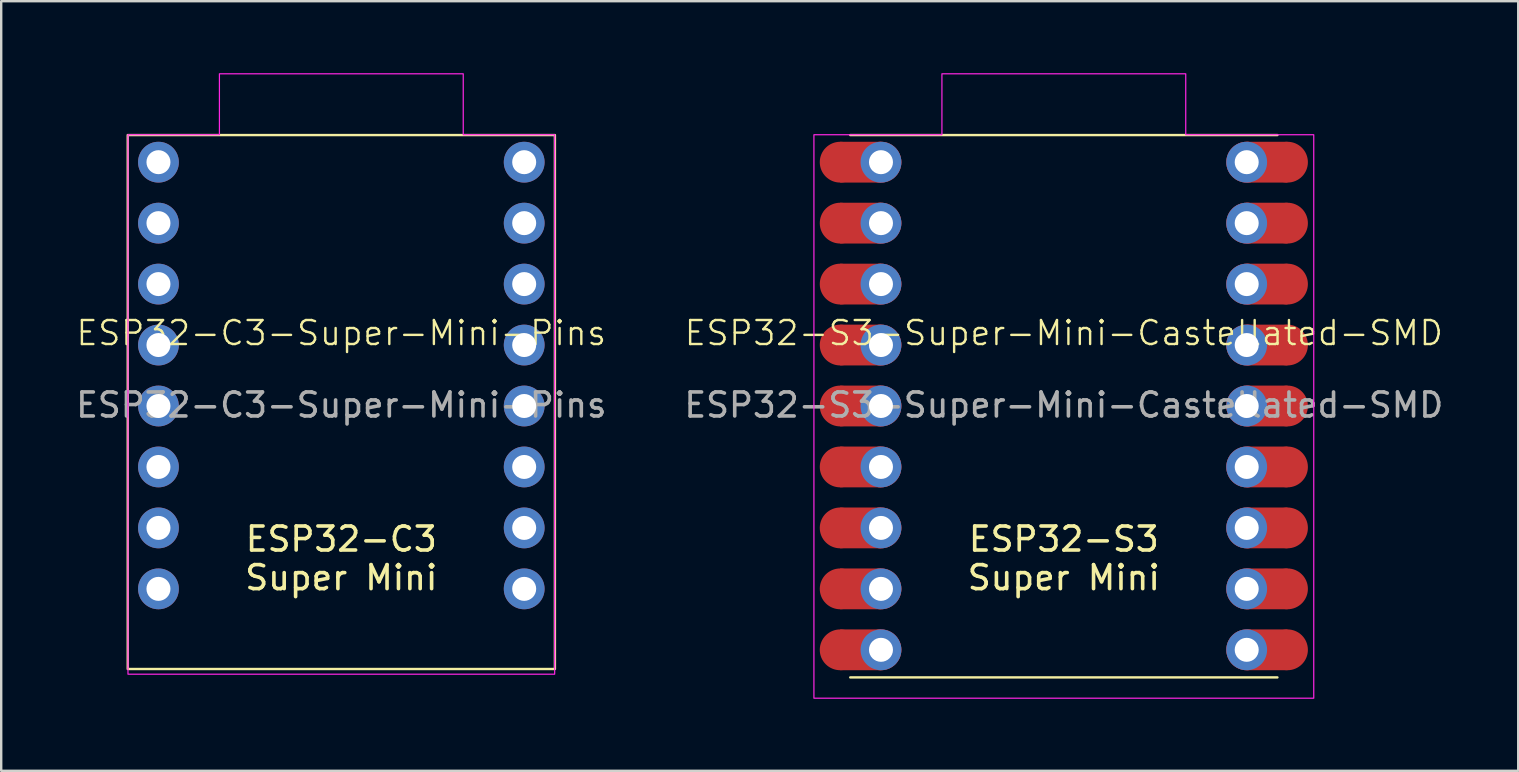
<source format=kicad_pcb>
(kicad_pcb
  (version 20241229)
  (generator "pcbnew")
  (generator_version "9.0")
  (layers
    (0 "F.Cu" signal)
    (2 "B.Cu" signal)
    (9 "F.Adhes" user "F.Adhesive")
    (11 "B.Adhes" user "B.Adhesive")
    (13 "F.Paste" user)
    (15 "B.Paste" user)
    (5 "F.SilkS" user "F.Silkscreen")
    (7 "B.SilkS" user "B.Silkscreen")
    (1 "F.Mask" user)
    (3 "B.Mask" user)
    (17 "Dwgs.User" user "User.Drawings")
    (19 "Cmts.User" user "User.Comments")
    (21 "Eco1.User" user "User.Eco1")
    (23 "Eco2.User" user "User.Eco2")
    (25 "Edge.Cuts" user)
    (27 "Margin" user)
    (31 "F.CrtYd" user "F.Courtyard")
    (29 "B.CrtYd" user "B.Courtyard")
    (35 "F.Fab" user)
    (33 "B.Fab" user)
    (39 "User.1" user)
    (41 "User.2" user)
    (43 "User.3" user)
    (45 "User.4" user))
  (footprint "ESP32-C3-Super-Mini-Pins"
    (layer "F.Cu")
    (at 11.173 11.328)
    (property "Reference" "ESP32-C3-Super-Mini-Pins" (at 0 -0.5 0) (unlocked yes) (layer "F.SilkS") (effects (font (size 1 1) (thickness 0.1))))
    (attr through_hole)
    (fp_rect (start -8.9 -8.75) (end 8.9 13.5) (stroke (width 0.1) (type default)) (fill no) (layer "F.SilkS"))
    (fp_poly (pts (xy -8.89 -8.763) (xy -5.08 -8.763) (xy -5.08 -11.303) (xy 5.08 -11.303) (xy 5.08 -8.763) (xy 8.89 -8.763) (xy 8.89 13.716) (xy -8.89 13.716)) (stroke (width 0.05) (type solid)) (fill no) (layer "F.CrtYd"))
    (fp_text user "${REFERENCE}" (at 0 2.5 0) (unlocked yes) (layer "F.Fab") (effects (font (size 1 1) (thickness 0.15))))
    (fp_text_box "ESP32-C3\nSuper Mini" (start -4.875 6.75) (end 4.875 9.75) (margins 0.75 0.75 0.75 0.75) (layer "F.SilkS") (effects (font (size 1 1) (thickness 0.15)) (justify top)) (border no) (stroke (width 0) (type solid)))
    (pad "0" thru_hole circle (at 7.62 10.16) (size 1.7 1.7) (drill 1) (layers "*.Cu" "*.Mask"))
    (pad "1" thru_hole circle (at 7.62 7.62) (size 1.7 1.7) (drill 1) (layers "*.Cu" "*.Mask"))
    (pad "2" thru_hole circle (at 7.62 5.08) (size 1.7 1.7) (drill 1) (layers "*.Cu" "*.Mask"))
    (pad "3" thru_hole circle (at 7.62 2.54) (size 1.7 1.7) (drill 1) (layers "*.Cu" "*.Mask"))
    (pad "3V3" thru_hole circle (at 7.62 -2.54) (size 1.7 1.7) (drill 1) (layers "*.Cu" "*.Mask"))
    (pad "4" thru_hole circle (at 7.62 0) (size 1.7 1.7) (drill 1) (layers "*.Cu" "*.Mask"))
    (pad "5" thru_hole circle (at -7.62 -7.62) (size 1.7 1.7) (drill 1) (layers "*.Cu" "*.Mask"))
    (pad "5V" thru_hole circle (at 7.62 -7.62) (size 1.7 1.7) (drill 1) (layers "*.Cu" "*.Mask"))
    (pad "6" thru_hole circle (at -7.62 -5.08) (size 1.7 1.7) (drill 1) (layers "*.Cu" "*.Mask"))
    (pad "7" thru_hole circle (at -7.62 -2.54) (size 1.7 1.7) (drill 1) (layers "*.Cu" "*.Mask"))
    (pad "8" thru_hole circle (at -7.62 0) (size 1.7 1.7) (drill 1) (layers "*.Cu" "*.Mask"))
    (pad "9" thru_hole circle (at -7.62 2.54) (size 1.7 1.7) (drill 1) (layers "*.Cu" "*.Mask"))
    (pad "10" thru_hole circle (at -7.62 5.08) (size 1.7 1.7) (drill 1) (layers "*.Cu" "*.Mask"))
    (pad "20" thru_hole circle (at -7.62 7.62) (size 1.7 1.7) (drill 1) (layers "*.Cu" "*.Mask"))
    (pad "21" thru_hole circle (at -7.62 10.16) (size 1.7 1.7) (drill 1) (layers "*.Cu" "*.Mask"))
    (pad "G" thru_hole circle (at 7.62 -5.08) (size 1.7 1.7) (drill 1) (layers "*.Cu" "*.Mask")))
  (footprint "ESP32-S3-Super-Mini-Castellated-SMD"
    (layer "F.Cu")
    (at 41.28 11.328)
    (property "Reference" "ESP32-S3-Super-Mini-Castellated-SMD" (at 0 -0.5 0) (unlocked yes) (layer "F.SilkS") (effects (font (size 1 1) (thickness 0.1))))
    (attr smd)
    (fp_rect (start -9.32 -8.47) (end -7.62 -6.77) (stroke (width 0) (type default)) (fill yes) (layer "F.Cu"))
    (fp_rect (start -9.32 -5.93) (end -7.62 -4.23) (stroke (width 0) (type default)) (fill yes) (layer "F.Cu"))
    (fp_rect (start -9.32 -3.39) (end -7.62 -1.69) (stroke (width 0) (type default)) (fill yes) (layer "F.Cu"))
    (fp_rect (start -9.32 -0.85) (end -7.62 0.85) (stroke (width 0) (type default)) (fill yes) (layer "F.Cu"))
    (fp_rect (start -9.32 1.69) (end -7.62 3.39) (stroke (width 0) (type default)) (fill yes) (layer "F.Cu"))
    (fp_rect (start -9.32 4.23) (end -7.62 5.93) (stroke (width 0) (type default)) (fill yes) (layer "F.Cu"))
    (fp_rect (start -9.32 6.77) (end -7.62 8.47) (stroke (width 0) (type default)) (fill yes) (layer "F.Cu"))
    (fp_rect (start -9.32 9.31) (end -7.62 11.01) (stroke (width 0) (type default)) (fill yes) (layer "F.Cu"))
    (fp_rect (start -9.32 11.85) (end -7.62 13.55) (stroke (width 0) (type default)) (fill yes) (layer "F.Cu"))
    (fp_rect (start 7.62 -8.47) (end 9.32 -6.77) (stroke (width 0) (type default)) (fill yes) (layer "F.Cu"))
    (fp_rect (start 7.62 -5.93) (end 9.32 -4.23) (stroke (width 0) (type default)) (fill yes) (layer "F.Cu"))
    (fp_rect (start 7.62 -3.39) (end 9.32 -1.69) (stroke (width 0) (type default)) (fill yes) (layer "F.Cu"))
    (fp_rect (start 7.62 -0.85) (end 9.32 0.85) (stroke (width 0) (type default)) (fill yes) (layer "F.Cu"))
    (fp_rect (start 7.62 1.69) (end 9.32 3.39) (stroke (width 0) (type default)) (fill yes) (layer "F.Cu"))
    (fp_rect (start 7.62 4.23) (end 9.32 5.93) (stroke (width 0) (type default)) (fill yes) (layer "F.Cu"))
    (fp_rect (start 7.62 6.77) (end 9.32 8.47) (stroke (width 0) (type default)) (fill yes) (layer "F.Cu"))
    (fp_rect (start 7.62 9.31) (end 9.32 11.01) (stroke (width 0) (type default)) (fill yes) (layer "F.Cu"))
    (fp_rect (start 7.62 11.85) (end 9.32 13.55) (stroke (width 0) (type default)) (fill yes) (layer "F.Cu"))
    (fp_circle (center -9.32 -7.62) (end -8.47 -7.62) (stroke (width 0) (type default)) (fill yes) (layer "F.Cu"))
    (fp_circle (center -9.32 -5.08) (end -8.47 -5.08) (stroke (width 0) (type default)) (fill yes) (layer "F.Cu"))
    (fp_circle (center -9.32 -2.54) (end -8.47 -2.54) (stroke (width 0) (type default)) (fill yes) (layer "F.Cu"))
    (fp_circle (center -9.32 0) (end -8.47 0) (stroke (width 0) (type default)) (fill yes) (layer "F.Cu"))
    (fp_circle (center -9.32 2.54) (end -8.47 2.54) (stroke (width 0) (type default)) (fill yes) (layer "F.Cu"))
    (fp_circle (center -9.32 5.08) (end -8.47 5.08) (stroke (width 0) (type default)) (fill yes) (layer "F.Cu"))
    (fp_circle (center -9.32 7.62) (end -8.47 7.62) (stroke (width 0) (type default)) (fill yes) (layer "F.Cu"))
    (fp_circle (center -9.32 10.16) (end -8.47 10.16) (stroke (width 0) (type default)) (fill yes) (layer "F.Cu"))
    (fp_circle (center -9.32 12.7) (end -8.47 12.7) (stroke (width 0) (type default)) (fill yes) (layer "F.Cu"))
    (fp_circle (center -7.62 -7.62) (end -6.77 -7.62) (stroke (width 0) (type default)) (fill yes) (layer "F.Cu"))
    (fp_circle (center -7.62 -5.08) (end -6.77 -5.08) (stroke (width 0) (type default)) (fill yes) (layer "F.Cu"))
    (fp_circle (center -7.62 -2.54) (end -6.77 -2.54) (stroke (width 0) (type default)) (fill yes) (layer "F.Cu"))
    (fp_circle (center -7.62 0) (end -6.77 0) (stroke (width 0) (type default)) (fill yes) (layer "F.Cu"))
    (fp_circle (center -7.62 2.54) (end -6.77 2.54) (stroke (width 0) (type default)) (fill yes) (layer "F.Cu"))
    (fp_circle (center -7.62 5.08) (end -6.77 5.08) (stroke (width 0) (type default)) (fill yes) (layer "F.Cu"))
    (fp_circle (center -7.62 7.62) (end -6.77 7.62) (stroke (width 0) (type default)) (fill yes) (layer "F.Cu"))
    (fp_circle (center -7.62 10.16) (end -6.77 10.16) (stroke (width 0) (type default)) (fill yes) (layer "F.Cu"))
    (fp_circle (center -7.62 12.7) (end -6.77 12.7) (stroke (width 0) (type default)) (fill yes) (layer "F.Cu"))
    (fp_circle (center 7.62 -7.62) (end 8.47 -7.62) (stroke (width 0) (type default)) (fill yes) (layer "F.Cu"))
    (fp_circle (center 7.62 -5.08) (end 8.47 -5.08) (stroke (width 0) (type default)) (fill yes) (layer "F.Cu"))
    (fp_circle (center 7.62 -2.54) (end 8.47 -2.54) (stroke (width 0) (type default)) (fill yes) (layer "F.Cu"))
    (fp_circle (center 7.62 0) (end 8.47 0) (stroke (width 0) (type default)) (fill yes) (layer "F.Cu"))
    (fp_circle (center 7.62 2.54) (end 8.47 2.54) (stroke (width 0) (type default)) (fill yes) (layer "F.Cu"))
    (fp_circle (center 7.62 5.08) (end 8.47 5.08) (stroke (width 0) (type default)) (fill yes) (layer "F.Cu"))
    (fp_circle (center 7.62 7.62) (end 8.47 7.62) (stroke (width 0) (type default)) (fill yes) (layer "F.Cu"))
    (fp_circle (center 7.62 10.16) (end 8.47 10.16) (stroke (width 0) (type default)) (fill yes) (layer "F.Cu"))
    (fp_circle (center 7.62 12.7) (end 8.47 12.7) (stroke (width 0) (type default)) (fill yes) (layer "F.Cu"))
    (fp_circle (center 9.32 -7.62) (end 10.17 -7.62) (stroke (width 0) (type default)) (fill yes) (layer "F.Cu"))
    (fp_circle (center 9.32 -5.08) (end 10.17 -5.08) (stroke (width 0) (type default)) (fill yes) (layer "F.Cu"))
    (fp_circle (center 9.32 -2.54) (end 10.17 -2.54) (stroke (width 0) (type default)) (fill yes) (layer "F.Cu"))
    (fp_circle (center 9.32 0) (end 10.17 0) (stroke (width 0) (type default)) (fill yes) (layer "F.Cu"))
    (fp_circle (center 9.32 2.54) (end 10.17 2.54) (stroke (width 0) (type default)) (fill yes) (layer "F.Cu"))
    (fp_circle (center 9.32 5.08) (end 10.17 5.08) (stroke (width 0) (type default)) (fill yes) (layer "F.Cu"))
    (fp_circle (center 9.32 7.62) (end 10.17 7.62) (stroke (width 0) (type default)) (fill yes) (layer "F.Cu"))
    (fp_circle (center 9.32 10.16) (end 10.17 10.16) (stroke (width 0) (type default)) (fill yes) (layer "F.Cu"))
    (fp_circle (center 9.32 12.7) (end 10.17 12.7) (stroke (width 0) (type default)) (fill yes) (layer "F.Cu"))
    (fp_rect (start -9.32 -8.47) (end -7.62 -6.77) (stroke (width 0) (type default)) (fill yes) (layer "F.Mask"))
    (fp_rect (start -9.32 -5.93) (end -7.62 -4.23) (stroke (width 0) (type default)) (fill yes) (layer "F.Mask"))
    (fp_rect (start -9.32 -3.39) (end -7.62 -1.69) (stroke (width 0) (type default)) (fill yes) (layer "F.Mask"))
    (fp_rect (start -9.32 -0.85) (end -7.62 0.85) (stroke (width 0) (type default)) (fill yes) (layer "F.Mask"))
    (fp_rect (start -9.32 1.69) (end -7.62 3.39) (stroke (width 0) (type default)) (fill yes) (layer "F.Mask"))
    (fp_rect (start -9.32 4.23) (end -7.62 5.93) (stroke (width 0) (type default)) (fill yes) (layer "F.Mask"))
    (fp_rect (start -9.32 6.77) (end -7.62 8.47) (stroke (width 0) (type default)) (fill yes) (layer "F.Mask"))
    (fp_rect (start -9.32 9.31) (end -7.62 11.01) (stroke (width 0) (type default)) (fill yes) (layer "F.Mask"))
    (fp_rect (start -9.32 11.85) (end -7.62 13.55) (stroke (width 0) (type default)) (fill yes) (layer "F.Mask"))
    (fp_rect (start 7.62 -8.47) (end 9.32 -6.77) (stroke (width 0) (type default)) (fill yes) (layer "F.Mask"))
    (fp_rect (start 7.62 -5.93) (end 9.32 -4.23) (stroke (width 0) (type default)) (fill yes) (layer "F.Mask"))
    (fp_rect (start 7.62 -3.39) (end 9.32 -1.69) (stroke (width 0) (type default)) (fill yes) (layer "F.Mask"))
    (fp_rect (start 7.62 -0.85) (end 9.32 0.85) (stroke (width 0) (type default)) (fill yes) (layer "F.Mask"))
    (fp_rect (start 7.62 1.69) (end 9.32 3.39) (stroke (width 0) (type default)) (fill yes) (layer "F.Mask"))
    (fp_rect (start 7.62 4.23) (end 9.32 5.93) (stroke (width 0) (type default)) (fill yes) (layer "F.Mask"))
    (fp_rect (start 7.62 6.77) (end 9.32 8.47) (stroke (width 0) (type default)) (fill yes) (layer "F.Mask"))
    (fp_rect (start 7.62 9.31) (end 9.32 11.01) (stroke (width 0) (type default)) (fill yes) (layer "F.Mask"))
    (fp_rect (start 7.62 11.85) (end 9.32 13.55) (stroke (width 0) (type default)) (fill yes) (layer "F.Mask"))
    (fp_circle (center -9.32 -7.62) (end -8.47 -7.62) (stroke (width 0) (type default)) (fill yes) (layer "F.Mask"))
    (fp_circle (center -9.32 -5.08) (end -8.47 -5.08) (stroke (width 0) (type default)) (fill yes) (layer "F.Mask"))
    (fp_circle (center -9.32 -2.54) (end -8.47 -2.54) (stroke (width 0) (type default)) (fill yes) (layer "F.Mask"))
    (fp_circle (center -9.32 0) (end -8.47 0) (stroke (width 0) (type default)) (fill yes) (layer "F.Mask"))
    (fp_circle (center -9.32 2.54) (end -8.47 2.54) (stroke (width 0) (type default)) (fill yes) (layer "F.Mask"))
    (fp_circle (center -9.32 5.08) (end -8.47 5.08) (stroke (width 0) (type default)) (fill yes) (layer "F.Mask"))
    (fp_circle (center -9.32 7.62) (end -8.47 7.62) (stroke (width 0) (type default)) (fill yes) (layer "F.Mask"))
    (fp_circle (center -9.32 10.16) (end -8.47 10.16) (stroke (width 0) (type default)) (fill yes) (layer "F.Mask"))
    (fp_circle (center -9.32 12.7) (end -8.47 12.7) (stroke (width 0) (type default)) (fill yes) (layer "F.Mask"))
    (fp_circle (center -7.62 -7.62) (end -6.77 -7.62) (stroke (width 0) (type default)) (fill yes) (layer "F.Mask"))
    (fp_circle (center -7.62 -5.08) (end -6.77 -5.08) (stroke (width 0) (type default)) (fill yes) (layer "F.Mask"))
    (fp_circle (center -7.62 -2.54) (end -6.77 -2.54) (stroke (width 0) (type default)) (fill yes) (layer "F.Mask"))
    (fp_circle (center -7.62 0) (end -6.77 0) (stroke (width 0) (type default)) (fill yes) (layer "F.Mask"))
    (fp_circle (center -7.62 2.54) (end -6.77 2.54) (stroke (width 0) (type default)) (fill yes) (layer "F.Mask"))
    (fp_circle (center -7.62 5.08) (end -6.77 5.08) (stroke (width 0) (type default)) (fill yes) (layer "F.Mask"))
    (fp_circle (center -7.62 7.62) (end -6.77 7.62) (stroke (width 0) (type default)) (fill yes) (layer "F.Mask"))
    (fp_circle (center -7.62 10.16) (end -6.77 10.16) (stroke (width 0) (type default)) (fill yes) (layer "F.Mask"))
    (fp_circle (center -7.62 12.7) (end -6.77 12.7) (stroke (width 0) (type default)) (fill yes) (layer "F.Mask"))
    (fp_circle (center 7.62 -7.62) (end 8.47 -7.62) (stroke (width 0) (type default)) (fill yes) (layer "F.Mask"))
    (fp_circle (center 7.62 -5.08) (end 8.47 -5.08) (stroke (width 0) (type default)) (fill yes) (layer "F.Mask"))
    (fp_circle (center 7.62 -2.54) (end 8.47 -2.54) (stroke (width 0) (type default)) (fill yes) (layer "F.Mask"))
    (fp_circle (center 7.62 0) (end 8.47 0) (stroke (width 0) (type default)) (fill yes) (layer "F.Mask"))
    (fp_circle (center 7.62 2.54) (end 8.47 2.54) (stroke (width 0) (type default)) (fill yes) (layer "F.Mask"))
    (fp_circle (center 7.62 5.08) (end 8.47 5.08) (stroke (width 0) (type default)) (fill yes) (layer "F.Mask"))
    (fp_circle (center 7.62 7.62) (end 8.47 7.62) (stroke (width 0) (type default)) (fill yes) (layer "F.Mask"))
    (fp_circle (center 7.62 10.16) (end 8.47 10.16) (stroke (width 0) (type default)) (fill yes) (layer "F.Mask"))
    (fp_circle (center 7.62 12.7) (end 8.47 12.7) (stroke (width 0) (type default)) (fill yes) (layer "F.Mask"))
    (fp_circle (center 9.32 -7.62) (end 10.17 -7.62) (stroke (width 0) (type default)) (fill yes) (layer "F.Mask"))
    (fp_circle (center 9.32 -5.08) (end 10.17 -5.08) (stroke (width 0) (type default)) (fill yes) (layer "F.Mask"))
    (fp_circle (center 9.32 -2.54) (end 10.17 -2.54) (stroke (width 0) (type default)) (fill yes) (layer "F.Mask"))
    (fp_circle (center 9.32 0) (end 10.17 0) (stroke (width 0) (type default)) (fill yes) (layer "F.Mask"))
    (fp_circle (center 9.32 2.54) (end 10.17 2.54) (stroke (width 0) (type default)) (fill yes) (layer "F.Mask"))
    (fp_circle (center 9.32 5.08) (end 10.17 5.08) (stroke (width 0) (type default)) (fill yes) (layer "F.Mask"))
    (fp_circle (center 9.32 7.62) (end 10.17 7.62) (stroke (width 0) (type default)) (fill yes) (layer "F.Mask"))
    (fp_circle (center 9.32 10.16) (end 10.17 10.16) (stroke (width 0) (type default)) (fill yes) (layer "F.Mask"))
    (fp_circle (center 9.32 12.7) (end 10.17 12.7) (stroke (width 0) (type default)) (fill yes) (layer "F.Mask"))
    (fp_line (start -8.9 -8.75) (end 8.9 -8.75) (stroke (width 0.1) (type default)) (layer "F.SilkS"))
    (fp_line (start -8.9 13.85) (end 8.9 13.85) (stroke (width 0.1) (type default)) (layer "F.SilkS"))
    (fp_poly (pts (xy -10.414 -8.763) (xy -5.08 -8.763) (xy -5.08 -11.303) (xy 5.08 -11.303) (xy 5.08 -8.763) (xy 10.414 -8.763) (xy 10.414 14.716) (xy -10.414 14.716)) (stroke (width 0.05) (type solid)) (fill no) (layer "F.CrtYd"))
    (fp_text user "${REFERENCE}" (at 0 2.5 0) (unlocked yes) (layer "F.Fab") (effects (font (size 1 1) (thickness 0.15))))
    (fp_text_box "ESP32-S3\nSuper Mini" (start -4.875 6.75) (end 4.875 9.75) (margins 0.75 0.75 0.75 0.75) (layer "F.SilkS") (effects (font (size 1 1) (thickness 0.15)) (justify top)) (border no) (stroke (width 0) (type solid)))
    (pad "1" thru_hole oval (at -7.62 -2.54) (size 1.7 1.7) (drill 1) (layers "*.Cu" "*.Mask"))
    (pad "2" thru_hole oval (at -7.62 0) (size 1.7 1.7) (drill 1) (layers "*.Cu" "*.Mask"))
    (pad "3" thru_hole oval (at -7.62 2.54) (size 1.7 1.7) (drill 1) (layers "*.Cu" "*.Mask"))
    (pad "3V3" thru_hole oval (at 7.62 -2.54) (size 1.7 1.7) (drill 1) (layers "*.Cu" "*.Mask"))
    (pad "4" thru_hole oval (at -7.62 5.08) (size 1.7 1.7) (drill 1) (layers "*.Cu" "*.Mask"))
    (pad "5" thru_hole oval (at -7.62 7.62) (size 1.7 1.7) (drill 1) (layers "*.Cu" "*.Mask"))
    (pad "5V" thru_hole oval (at 7.62 -7.62) (size 1.7 1.7) (drill 1) (layers "*.Cu" "*.Mask"))
    (pad "6" thru_hole oval (at -7.62 10.16) (size 1.7 1.7) (drill 1) (layers "*.Cu" "*.Mask"))
    (pad "7" thru_hole oval (at -7.62 12.7) (size 1.7 1.7) (drill 1) (layers "*.Cu" "*.Mask"))
    (pad "8" thru_hole oval (at 7.62 12.7) (size 1.7 1.7) (drill 1) (layers "*.Cu" "*.Mask"))
    (pad "9" thru_hole oval (at 7.62 10.16) (size 1.7 1.7) (drill 1) (layers "*.Cu" "*.Mask"))
    (pad "10" thru_hole oval (at 7.62 7.62) (size 1.7 1.7) (drill 1) (layers "*.Cu" "*.Mask"))
    (pad "11" thru_hole oval (at 7.62 5.08) (size 1.7 1.7) (drill 1) (layers "*.Cu" "*.Mask"))
    (pad "12" thru_hole oval (at 7.62 2.54) (size 1.7 1.7) (drill 1) (layers "*.Cu" "*.Mask"))
    (pad "13" thru_hole oval (at 7.62 0) (size 1.7 1.7) (drill 1) (layers "*.Cu" "*.Mask"))
    (pad "G" thru_hole oval (at 7.62 -5.08) (size 1.7 1.7) (drill 1) (layers "*.Cu" "*.Mask"))
    (pad "RX" thru_hole oval (at -7.62 -5.08) (size 1.7 1.7) (drill 1) (layers "*.Cu" "*.Mask"))
    (pad "TX" thru_hole oval (at -7.62 -7.62) (size 1.7 1.7) (drill 1) (layers "*.Cu" "*.Mask"))
    (zone (net_name "") (layers "F.Cu" "F.SilkS" "F.CrtYd") (hatch full 0.5) (connect_pads) (min_thickness 0.25) (filled_areas_thickness no) (keepout (tracks allowed) (vias not_allowed) (pads not_allowed) (copperpour allowed) (footprints not_allowed)) (placement (enabled no)) (fill) (polygon (pts (xy 35.03 2.578) (xy 37.53 2.578) (xy 37.53 5.078) (xy 35.03 5.078))))
    (zone (net_name "") (layers "F.Cu" "F.SilkS" "F.CrtYd") (hatch full 0.5) (connect_pads) (min_thickness 0.25) (filled_areas_thickness no) (keepout (tracks allowed) (vias not_allowed) (pads not_allowed) (copperpour allowed) (footprints not_allowed)) (placement (enabled no)) (fill) (polygon (pts (xy 37.53 8.828) (xy 35.03 8.828) (xy 35.03 6.078) (xy 37.53 6.078))))
    (zone (net_name "") (layers "F.Cu" "F.SilkS" "F.CrtYd") (hatch full 0.5) (connect_pads) (min_thickness 0.25) (filled_areas_thickness no) (keepout (tracks allowed) (vias not_allowed) (pads not_allowed) (copperpour allowed) (footprints not_allowed)) (placement (enabled no)) (fill) (polygon (pts (xy 45.03 2.578) (xy 47.53 2.578) (xy 47.53 5.078) (xy 45.03 5.078))))
    (zone (net_name "") (layers "F.Cu" "F.SilkS" "F.CrtYd") (hatch full 0.5) (connect_pads) (min_thickness 0.25) (filled_areas_thickness no) (keepout (tracks allowed) (vias not_allowed) (pads not_allowed) (copperpour allowed) (footprints not_allowed)) (placement (enabled no)) (fill) (polygon (pts (xy 47.53 8.828) (xy 45.03 8.828) (xy 45.03 6.078) (xy 47.53 6.078)))))
  (gr_rect
    (start -3 -3)
    (end 60.214 29.069)
    (stroke (width 0.1) (type default))
    (fill no)
    (layer "Edge.Cuts")))
</source>
